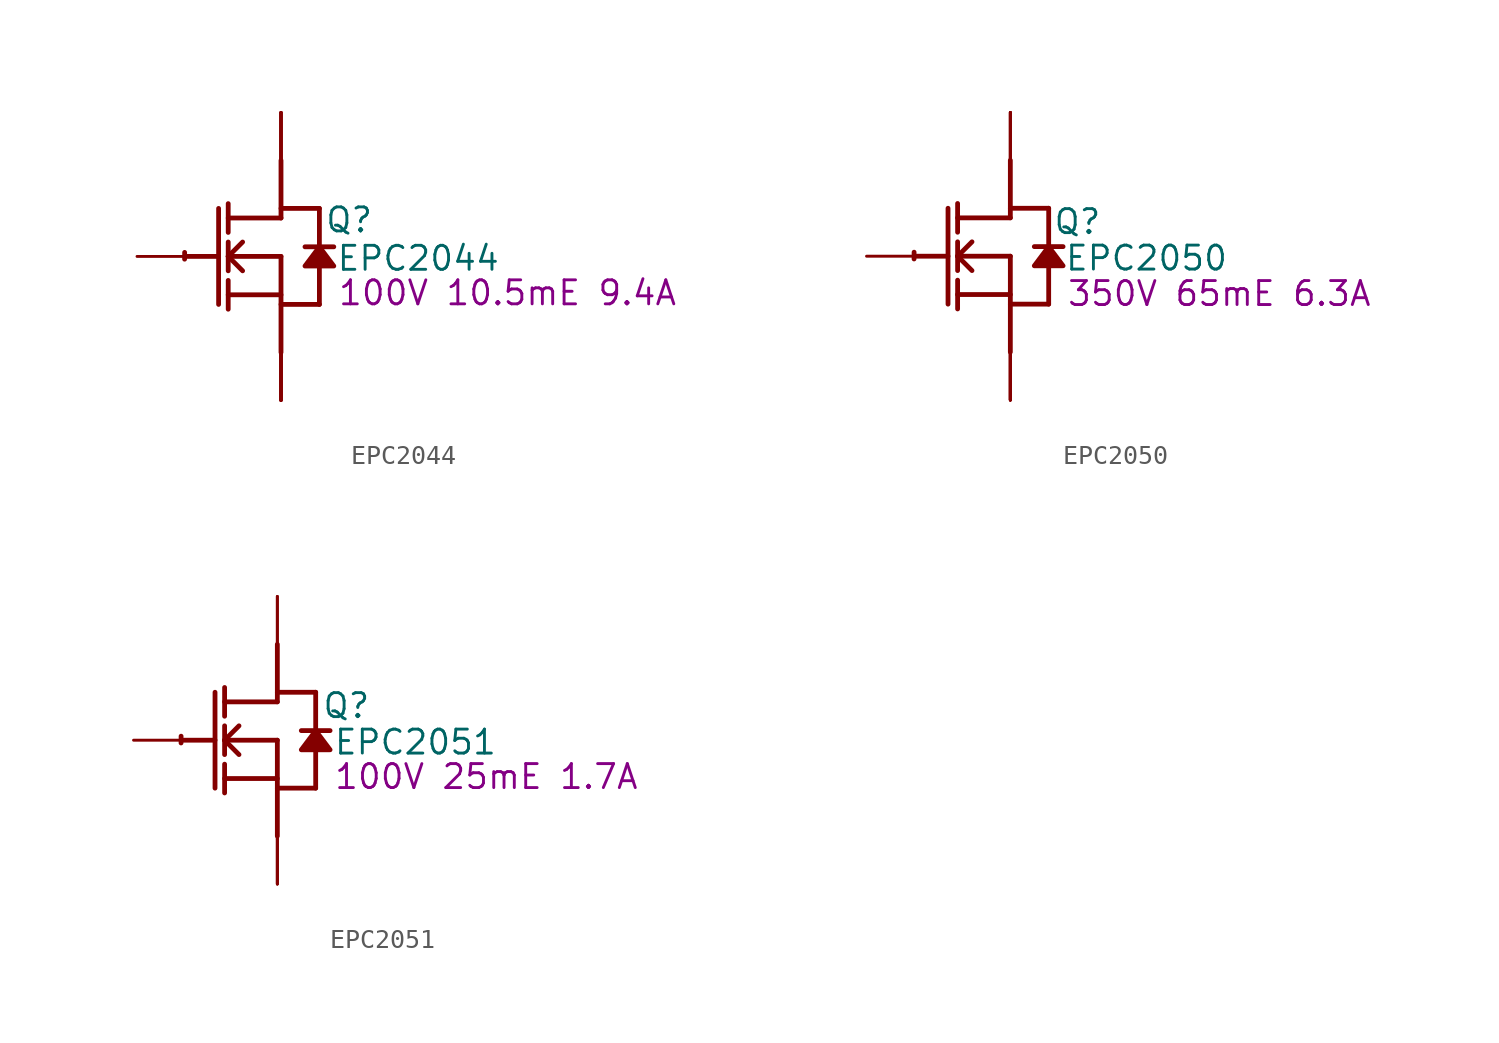
<source format=kicad_sym>
(kicad_symbol_lib
  (version 20220914)
  (generator kicad_symbol_editor)
  (symbol "EPC2044"
    (property "Reference" "Q"
      (at 3.607 1.93 0)
      (effects (font (size 1.27 1.27))))
    (property "Value" "EPC2044"
      (at 7.264 -0.102 0)
      (effects (font (size 1.27 1.27))))
    (property "Description" "100V 10.5mE 9.4A"
      (at 11.989 -1.93 0)
      (effects (font (size 1.27 1.27))))
    (symbol "EPC2044_1_0"
      (arc (start -5.0996 0.2128) (mid -5.1039 0.0331) (end -5.1019 -0.1467) (stroke (width 0.254) (type solid)) (fill (type none)))
      (polyline (pts (xy -5.08 0) (xy -3.302 0)) (stroke (width 0.254) (type solid)) (fill (type none)))
      (polyline (pts (xy -3.302 2.54) (xy -3.302 -2.54)) (stroke (width 0.254) (type solid)) (fill (type none)))
      (polyline (pts (xy -2.794 -2.794) (xy -2.794 -1.27)) (stroke (width 0.254) (type solid)) (fill (type none)))
      (polyline (pts (xy -2.794 -2.032) (xy 0 -2.032)) (stroke (width 0.254) (type solid)) (fill (type none)))
      (polyline (pts (xy -2.794 -0.762) (xy -2.794 0.762)) (stroke (width 0.254) (type solid)) (fill (type none)))
      (polyline (pts (xy -2.794 0) (xy -2.032 0.762)) (stroke (width 0.254) (type solid)) (fill (type none)))
      (polyline (pts (xy -2.794 0) (xy 0 0)) (stroke (width 0.254) (type solid)) (fill (type none)))
      (polyline (pts (xy -2.794 1.27) (xy -2.794 2.794)) (stroke (width 0.254) (type solid)) (fill (type none)))
      (polyline (pts (xy -2.032 -0.762) (xy -2.794 0)) (stroke (width 0.254) (type solid)) (fill (type none)))
      (polyline (pts (xy 0 -2.54) (xy 2.032 -2.54)) (stroke (width 0.254) (type solid)) (fill (type none)))
      (polyline (pts (xy 0 0) (xy 0 -5.08)) (stroke (width 0.254) (type solid)) (fill (type none)))
      (polyline (pts (xy 0 2.032) (xy -2.794 2.032)) (stroke (width 0.254) (type solid)) (fill (type none)))
      (polyline (pts (xy 0 2.032) (xy 0 5.08)) (stroke (width 0.254) (type solid)) (fill (type none)))
      (polyline (pts (xy 0 2.54) (xy 2.032 2.54)) (stroke (width 0.254) (type solid)) (fill (type none)))
      (polyline (pts (xy 2.032 -0.508) (xy 2.032 -2.54)) (stroke (width 0.254) (type solid)) (fill (type none)))
      (polyline (pts (xy 2.032 2.54) (xy 2.032 0.508)) (stroke (width 0.254) (type solid)) (fill (type none)))
      (polyline (pts (xy 2.794 0.508) (xy 1.27 0.508)) (stroke (width 0.254) (type solid)) (fill (type none)))
      (polyline (pts (xy 2.032 0.508) (xy 1.27 -0.508) (xy 2.794 -0.508) (xy 2.032 0.508)) (stroke (width 0.254) (type solid)) (fill (type outline)))
      (pin passive line (at -7.62 0 0) (length 2.54) (name "G" (effects (font (size 0 0)))) (number "A1" (effects (font (size 0 0)))))
      (pin open_collector line (at 0 7.62 270) (length 2.54) (name "D1" (effects (font (size 0 0)))) (number "A2" (effects (font (size 0 0)))))
      (pin open_emitter line (at 0 -7.62 90) (length 2.54) (name "S3" (effects (font (size 0 0)))) (number "A3" (effects (font (size 0 0)))))
      (pin open_collector line (at 0 7.62 270) (length 2.54) (name "D4" (effects (font (size 0 0)))) (number "A4" (effects (font (size 0 0)))))
      (pin open_emitter line (at 0 -7.62 90) (length 2.54) (name "S6" (effects (font (size 0 0)))) (number "A5" (effects (font (size 0 0)))))
      (pin open_emitter line (at 0 -7.62 90) (length 2.54) (name "S1" (effects (font (size 0 0)))) (number "B1" (effects (font (size 0 0)))))
      (pin open_collector line (at 0 7.62 270) (length 2.54) (name "D2" (effects (font (size 0 0)))) (number "B2" (effects (font (size 0 0)))))
      (pin open_emitter line (at 0 -7.62 90) (length 2.54) (name "S4" (effects (font (size 0 0)))) (number "B3" (effects (font (size 0 0)))))
      (pin open_collector line (at 0 7.62 270) (length 2.54) (name "D5" (effects (font (size 0 0)))) (number "B4" (effects (font (size 0 0)))))
      (pin open_emitter line (at 0 -7.62 90) (length 2.54) (name "S7" (effects (font (size 0 0)))) (number "B5" (effects (font (size 0 0)))))
      (pin open_emitter line (at 0 -7.62 90) (length 2.54) (name "S2" (effects (font (size 0 0)))) (number "C1" (effects (font (size 0 0)))))
      (pin open_collector line (at 0 7.62 270) (length 2.54) (name "D3" (effects (font (size 0 0)))) (number "C2" (effects (font (size 0 0)))))
      (pin open_emitter line (at 0 -7.62 90) (length 2.54) (name "S5" (effects (font (size 0 0)))) (number "C3" (effects (font (size 0 0)))))
      (pin open_collector line (at 0 7.62 270) (length 2.54) (name "D6" (effects (font (size 0 0)))) (number "C4" (effects (font (size 0 0)))))
      (pin open_emitter line (at 0 -7.62 90) (length 2.54) (name "S8" (effects (font (size 0 0)))) (number "C5" (effects (font (size 0 0)))))))
  (symbol "EPC2050"
    (property "Reference" "Q"
      (at 3.556 1.829 0)
      (effects (font (size 1.27 1.27))))
    (property "Value" "EPC2050"
      (at 7.214 -0.102 0)
      (effects (font (size 1.27 1.27))))
    (property "Description" "350V 65mE 6.3A"
      (at 11.074 -1.981 0)
      (effects (font (size 1.27 1.27))))
    (symbol "EPC2050_1_0"
      (arc (start -5.0996 0.2128) (mid -5.1039 0.0331) (end -5.1019 -0.1467) (stroke (width 0.254) (type solid)) (fill (type none)))
      (polyline (pts (xy -5.08 0) (xy -3.302 0)) (stroke (width 0.254) (type solid)) (fill (type none)))
      (polyline (pts (xy -3.302 2.54) (xy -3.302 -2.54)) (stroke (width 0.254) (type solid)) (fill (type none)))
      (polyline (pts (xy -2.794 -2.794) (xy -2.794 -1.27)) (stroke (width 0.254) (type solid)) (fill (type none)))
      (polyline (pts (xy -2.794 -2.032) (xy 0 -2.032)) (stroke (width 0.254) (type solid)) (fill (type none)))
      (polyline (pts (xy -2.794 -0.762) (xy -2.794 0.762)) (stroke (width 0.254) (type solid)) (fill (type none)))
      (polyline (pts (xy -2.794 0) (xy -2.032 0.762)) (stroke (width 0.254) (type solid)) (fill (type none)))
      (polyline (pts (xy -2.794 0) (xy 0 0)) (stroke (width 0.254) (type solid)) (fill (type none)))
      (polyline (pts (xy -2.794 1.27) (xy -2.794 2.794)) (stroke (width 0.254) (type solid)) (fill (type none)))
      (polyline (pts (xy -2.032 -0.762) (xy -2.794 0)) (stroke (width 0.254) (type solid)) (fill (type none)))
      (polyline (pts (xy 0 -2.54) (xy 2.032 -2.54)) (stroke (width 0.254) (type solid)) (fill (type none)))
      (polyline (pts (xy 0 0) (xy 0 -5.08)) (stroke (width 0.254) (type solid)) (fill (type none)))
      (polyline (pts (xy 0 2.032) (xy -2.794 2.032)) (stroke (width 0.254) (type solid)) (fill (type none)))
      (polyline (pts (xy 0 2.032) (xy 0 5.08)) (stroke (width 0.254) (type solid)) (fill (type none)))
      (polyline (pts (xy 0 2.54) (xy 2.032 2.54)) (stroke (width 0.254) (type solid)) (fill (type none)))
      (polyline (pts (xy 2.032 -0.508) (xy 2.032 -2.54)) (stroke (width 0.254) (type solid)) (fill (type none)))
      (polyline (pts (xy 2.032 2.54) (xy 2.032 0.508)) (stroke (width 0.254) (type solid)) (fill (type none)))
      (polyline (pts (xy 2.794 0.508) (xy 1.27 0.508)) (stroke (width 0.254) (type solid)) (fill (type none)))
      (polyline (pts (xy 2.032 0.508) (xy 1.27 -0.508) (xy 2.794 -0.508) (xy 2.032 0.508)) (stroke (width 0.254) (type solid)) (fill (type outline)))
      (pin passive line (at -7.62 0 0) (length 2.54) (name "G" (effects (font (size 0 0)))) (number "1" (effects (font (size 0 0)))))
      (pin open_emitter line (at 0 -7.62 90) (length 2.54) (name "S5" (effects (font (size 0 0)))) (number "10" (effects (font (size 0 0)))))
      (pin open_emitter line (at 0 -7.62 90) (length 2.54) (name "Sub" (effects (font (size 0 0)))) (number "11" (effects (font (size 0 0)))))
      (pin open_emitter line (at 0 -7.62 90) (length 2.54) (name "S6" (effects (font (size 0 0)))) (number "12" (effects (font (size 0 0)))))
      (pin open_emitter line (at 0 -7.62 90) (length 2.54) (name "S1" (effects (font (size 0 0)))) (number "2" (effects (font (size 0 0)))))
      (pin open_emitter line (at 0 -7.62 90) (length 2.54) (name "S2" (effects (font (size 0 0)))) (number "3" (effects (font (size 0 0)))))
      (pin open_emitter line (at 0 -7.62 90) (length 2.54) (name "S3" (effects (font (size 0 0)))) (number "4" (effects (font (size 0 0)))))
      (pin open_collector line (at 0 7.62 270) (length 2.54) (name "D1" (effects (font (size 0 0)))) (number "5" (effects (font (size 0 0)))))
      (pin open_collector line (at 0 7.62 270) (length 2.54) (name "D2" (effects (font (size 0 0)))) (number "6" (effects (font (size 0 0)))))
      (pin open_collector line (at 0 7.62 270) (length 2.54) (name "D3" (effects (font (size 0 0)))) (number "7" (effects (font (size 0 0)))))
      (pin open_collector line (at 0 7.62 270) (length 2.54) (name "D4" (effects (font (size 0 0)))) (number "8" (effects (font (size 0 0)))))
      (pin open_emitter line (at 0 -7.62 90) (length 2.54) (name "S4" (effects (font (size 0 0)))) (number "9" (effects (font (size 0 0)))))))
  (symbol "EPC2051"
    (property "Reference" "Q"
      (at 3.658 1.829 0)
      (effects (font (size 1.27 1.27))))
    (property "Value" "EPC2051"
      (at 7.315 -0.102 0)
      (effects (font (size 1.27 1.27))))
    (property "Description" "100V 25mE 1.7A"
      (at 11.074 -1.93 0)
      (effects (font (size 1.27 1.27))))
    (symbol "EPC2051_1_0"
      (arc (start -5.0996 0.2128) (mid -5.1039 0.0331) (end -5.1019 -0.1467) (stroke (width 0.254) (type solid)) (fill (type none)))
      (polyline (pts (xy -5.08 0) (xy -3.302 0)) (stroke (width 0.254) (type solid)) (fill (type none)))
      (polyline (pts (xy -3.302 2.54) (xy -3.302 -2.54)) (stroke (width 0.254) (type solid)) (fill (type none)))
      (polyline (pts (xy -2.794 -2.794) (xy -2.794 -1.27)) (stroke (width 0.254) (type solid)) (fill (type none)))
      (polyline (pts (xy -2.794 -2.032) (xy 0 -2.032)) (stroke (width 0.254) (type solid)) (fill (type none)))
      (polyline (pts (xy -2.794 -0.762) (xy -2.794 0.762)) (stroke (width 0.254) (type solid)) (fill (type none)))
      (polyline (pts (xy -2.794 0) (xy -2.032 0.762)) (stroke (width 0.254) (type solid)) (fill (type none)))
      (polyline (pts (xy -2.794 0) (xy 0 0)) (stroke (width 0.254) (type solid)) (fill (type none)))
      (polyline (pts (xy -2.794 1.27) (xy -2.794 2.794)) (stroke (width 0.254) (type solid)) (fill (type none)))
      (polyline (pts (xy -2.032 -0.762) (xy -2.794 0)) (stroke (width 0.254) (type solid)) (fill (type none)))
      (polyline (pts (xy 0 -2.54) (xy 2.032 -2.54)) (stroke (width 0.254) (type solid)) (fill (type none)))
      (polyline (pts (xy 0 0) (xy 0 -5.08)) (stroke (width 0.254) (type solid)) (fill (type none)))
      (polyline (pts (xy 0 2.032) (xy -2.794 2.032)) (stroke (width 0.254) (type solid)) (fill (type none)))
      (polyline (pts (xy 0 2.032) (xy 0 5.08)) (stroke (width 0.254) (type solid)) (fill (type none)))
      (polyline (pts (xy 0 2.54) (xy 2.032 2.54)) (stroke (width 0.254) (type solid)) (fill (type none)))
      (polyline (pts (xy 2.032 -0.508) (xy 2.032 -2.54)) (stroke (width 0.254) (type solid)) (fill (type none)))
      (polyline (pts (xy 2.032 2.54) (xy 2.032 0.508)) (stroke (width 0.254) (type solid)) (fill (type none)))
      (polyline (pts (xy 2.794 0.508) (xy 1.27 0.508)) (stroke (width 0.254) (type solid)) (fill (type none)))
      (polyline (pts (xy 2.032 0.508) (xy 1.27 -0.508) (xy 2.794 -0.508) (xy 2.032 0.508)) (stroke (width 0.254) (type solid)) (fill (type outline)))
      (pin passive line (at -7.62 0 0) (length 2.54) (name "G" (effects (font (size 0 0)))) (number "1" (effects (font (size 0 0)))))
      (pin open_emitter line (at 0 -7.62 90) (length 2.54) (name "S1" (effects (font (size 0 0)))) (number "2" (effects (font (size 0 0)))))
      (pin open_collector line (at 0 7.62 270) (length 2.54) (name "D1" (effects (font (size 0 0)))) (number "3" (effects (font (size 0 0)))))
      (pin open_collector line (at 0 7.62 270) (length 2.54) (name "D2" (effects (font (size 0 0)))) (number "4" (effects (font (size 0 0)))))
      (pin open_emitter line (at 0 -7.62 90) (length 2.54) (name "S2" (effects (font (size 0 0)))) (number "5" (effects (font (size 0 0)))))
      (pin open_emitter line (at 0 -7.62 90) (length 2.54) (name "Sub" (effects (font (size 0 0)))) (number "6" (effects (font (size 0 0))))))))
</source>
